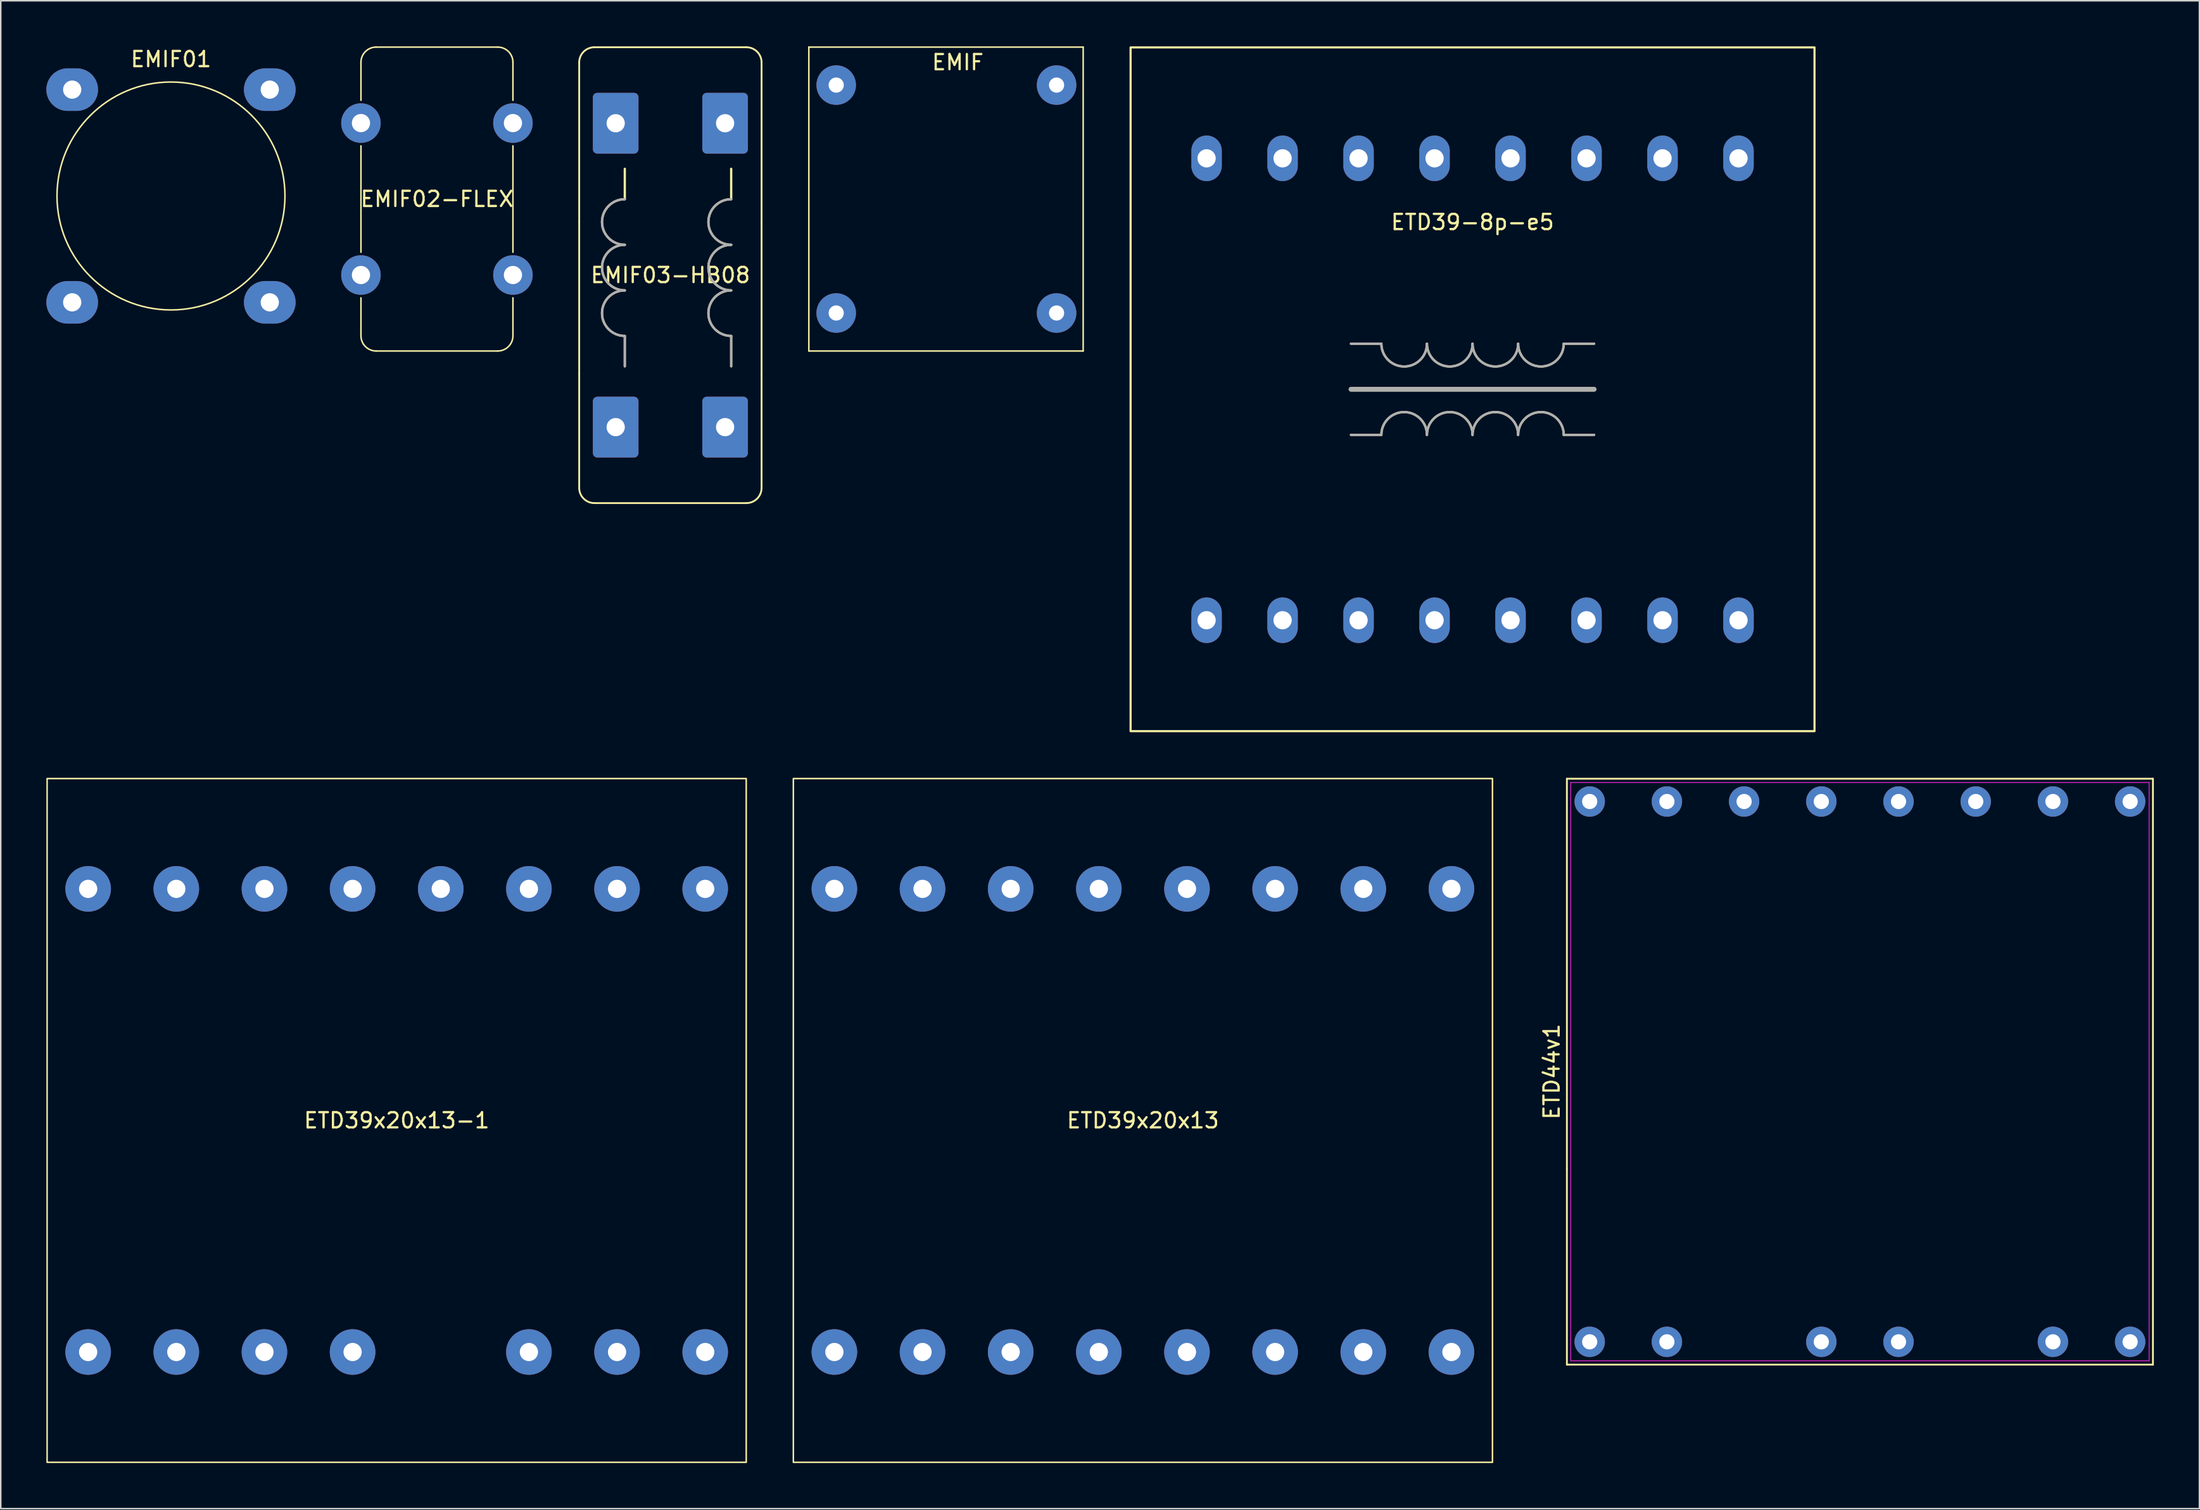
<source format=kicad_pcb>
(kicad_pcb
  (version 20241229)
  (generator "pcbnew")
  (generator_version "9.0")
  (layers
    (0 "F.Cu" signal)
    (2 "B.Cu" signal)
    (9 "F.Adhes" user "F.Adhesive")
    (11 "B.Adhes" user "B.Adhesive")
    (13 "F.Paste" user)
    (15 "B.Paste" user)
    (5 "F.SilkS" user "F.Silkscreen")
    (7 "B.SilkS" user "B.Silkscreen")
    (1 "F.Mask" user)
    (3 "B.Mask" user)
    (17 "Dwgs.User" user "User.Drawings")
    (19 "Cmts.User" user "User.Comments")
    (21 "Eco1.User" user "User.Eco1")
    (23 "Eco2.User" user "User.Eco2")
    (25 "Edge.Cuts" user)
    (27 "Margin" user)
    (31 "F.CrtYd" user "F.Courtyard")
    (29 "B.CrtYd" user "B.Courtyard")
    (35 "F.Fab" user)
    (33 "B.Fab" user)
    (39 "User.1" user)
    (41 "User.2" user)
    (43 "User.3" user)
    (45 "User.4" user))
  (footprint "EMIF01"
    (layer "F.Cu")
    (at 8.2 9.848)
    (property "Reference" "EMIF01" (at 0 -9 180) (layer "F.SilkS") (effects (font (size 1 1) (thickness 0.15))))
    (attr through_hole)
    (fp_circle (center 0 0) (end -7.5 0) (stroke (width 0.1) (type default)) (fill no) (layer "F.SilkS"))
    (pad "1" thru_hole oval (at -6.5 -7) (size 3.4 2.8) (drill 1.2) (layers "*.Cu" "*.Mask"))
    (pad "2" thru_hole oval (at 6.5 -7) (size 3.4 2.8) (drill 1.2) (layers "*.Cu" "*.Mask"))
    (pad "3" thru_hole oval (at -6.5 7) (size 3.4 2.8) (drill 1.2) (layers "*.Cu" "*.Mask"))
    (pad "4" thru_hole oval (at 6.5 7) (size 3.4 2.8) (drill 1.2) (layers "*.Cu" "*.Mask")))
  (footprint "EMIF"
    (layer "F.Cu")
    (at 59.97 10.05)
    (property "Reference" "EMIF" (at 0 -9 180) (layer "F.SilkS") (effects (font (size 1 1) (thickness 0.15))))
    (attr through_hole)
    (fp_line (start -9.8 -10) (end -9.8 10) (stroke (width 0.1) (type default)) (layer "F.SilkS"))
    (fp_line (start 8.25 -10) (end -9.8 -10) (stroke (width 0.1) (type default)) (layer "F.SilkS"))
    (fp_line (start 8.25 -10) (end 8.25 10) (stroke (width 0.1) (type default)) (layer "F.SilkS"))
    (fp_line (start 8.25 10) (end -9.8 10) (stroke (width 0.1) (type default)) (layer "F.SilkS"))
    (pad "1" thru_hole circle (at -8 -7.5) (size 2.6 2.6) (drill 1) (layers "*.Cu" "*.Mask"))
    (pad "2" thru_hole circle (at 6.5 -7.5) (size 2.6 2.6) (drill 1) (layers "*.Cu" "*.Mask"))
    (pad "3" thru_hole circle (at -8 7.5) (size 2.6 2.6) (drill 1) (layers "*.Cu" "*.Mask"))
    (pad "4" thru_hole circle (at 6.5 7.5) (size 2.6 2.6) (drill 1) (layers "*.Cu" "*.Mask")))
  (footprint "ETD39x20x13-1"
    (layer "F.Cu")
    (at 23.05 70.69)
    (property "Reference" "ETD39x20x13-1" (at 0 0 180) (layer "F.SilkS") (effects (font (size 1 1) (thickness 0.15))))
    (attr through_hole)
    (fp_rect (start -23 -22.5) (end 23 22.5) (stroke (width 0.1) (type default)) (fill no) (layer "F.SilkS"))
    (pad "1" thru_hole circle (at -20.3 15.24) (size 3 3) (drill 1.2) (layers "*.Cu" "*.Mask"))
    (pad "2" thru_hole circle (at -14.5 15.24) (size 3 3) (drill 1.2) (layers "*.Cu" "*.Mask"))
    (pad "3" thru_hole circle (at -8.7 15.24) (size 3 3) (drill 1.2) (layers "*.Cu" "*.Mask"))
    (pad "4" thru_hole circle (at -2.9 15.24) (size 3 3) (drill 1.2) (layers "*.Cu" "*.Mask"))
    (pad "6" thru_hole circle (at 8.7 15.24) (size 3 3) (drill 1.2) (layers "*.Cu" "*.Mask"))
    (pad "7" thru_hole circle (at 14.5 15.24) (size 3 3) (drill 1.2) (layers "*.Cu" "*.Mask"))
    (pad "8" thru_hole circle (at 20.3 15.24) (size 3 3) (drill 1.2) (layers "*.Cu" "*.Mask"))
    (pad "9" thru_hole circle (at 20.3 -15.24) (size 3 3) (drill 1.2) (layers "*.Cu" "*.Mask"))
    (pad "10" thru_hole circle (at 14.5 -15.24) (size 3 3) (drill 1.2) (layers "*.Cu" "*.Mask"))
    (pad "11" thru_hole circle (at 8.7 -15.24) (size 3 3) (drill 1.2) (layers "*.Cu" "*.Mask"))
    (pad "12" thru_hole circle (at 2.9 -15.24) (size 3 3) (drill 1.2) (layers "*.Cu" "*.Mask"))
    (pad "13" thru_hole circle (at -2.9 -15.24) (size 3 3) (drill 1.2) (layers "*.Cu" "*.Mask"))
    (pad "14" thru_hole circle (at -8.7 -15.24) (size 3 3) (drill 1.2) (layers "*.Cu" "*.Mask"))
    (pad "15" thru_hole circle (at -14.5 -15.24) (size 3 3) (drill 1.2) (layers "*.Cu" "*.Mask"))
    (pad "16" thru_hole circle (at -20.3 -15.24) (size 3 3) (drill 1.2) (layers "*.Cu" "*.Mask")))
  (footprint "ETD44v1"
    (layer "F.Cu")
    (at 119.328 67.48)
    (property "Reference" "ETD44v1" (at -20.28 0 90) (layer "F.SilkS") (effects (font (size 1 1) (thickness 0.15))))
    (attr through_hole)
    (fp_line (start -19.28 -19.28) (end -19.28 6.427) (stroke (width 0.12) (type default)) (layer "F.SilkS"))
    (fp_line (start -19.28 6.427) (end -19.28 19.28) (stroke (width 0.12) (type default)) (layer "F.SilkS"))
    (fp_line (start -19.28 19.28) (end 19.28 19.28) (stroke (width 0.12) (type default)) (layer "F.SilkS"))
    (fp_line (start 19.28 -19.28) (end -19.28 -19.28) (stroke (width 0.12) (type default)) (layer "F.SilkS"))
    (fp_line (start 19.28 19.28) (end 19.28 -19.28) (stroke (width 0.12) (type default)) (layer "F.SilkS"))
    (fp_line (start -19.03 -19.03) (end 19.03 -19.03) (stroke (width 0.05) (type default)) (layer "F.CrtYd"))
    (fp_line (start -19.03 19.03) (end -19.03 -19.03) (stroke (width 0.05) (type default)) (layer "F.CrtYd"))
    (fp_line (start 19.03 -19.03) (end 19.03 19.03) (stroke (width 0.05) (type default)) (layer "F.CrtYd"))
    (fp_line (start 19.03 19.03) (end -19.03 19.03) (stroke (width 0.05) (type default)) (layer "F.CrtYd"))
    (pad "1" thru_hole circle (at -17.78 17.78) (size 2 2) (drill 1) (layers "*.Cu" "*.Mask"))
    (pad "1" thru_hole circle (at -12.7 17.78) (size 2 2) (drill 1) (layers "*.Cu" "*.Mask"))
    (pad "2" thru_hole circle (at -2.54 17.78) (size 2 2) (drill 1) (layers "*.Cu" "*.Mask"))
    (pad "2" thru_hole circle (at 2.54 17.78) (size 2 2) (drill 1) (layers "*.Cu" "*.Mask"))
    (pad "3" thru_hole circle (at 12.7 17.78) (size 2 2) (drill 1) (layers "*.Cu" "*.Mask"))
    (pad "4" thru_hole circle (at 17.78 17.78) (size 2 2) (drill 1) (layers "*.Cu" "*.Mask"))
    (pad "5" thru_hole circle (at 7.62 -17.78) (size 2 2) (drill 1) (layers "*.Cu" "*.Mask"))
    (pad "5" thru_hole circle (at 12.7 -17.78) (size 2 2) (drill 1) (layers "*.Cu" "*.Mask"))
    (pad "5" thru_hole circle (at 17.78 -17.78) (size 2 2) (drill 1) (layers "*.Cu" "*.Mask"))
    (pad "6" thru_hole circle (at 2.54 -17.78) (size 2 2) (drill 1) (layers "*.Cu" "*.Mask"))
    (pad "7" thru_hole circle (at -2.54 -17.78) (size 2 2) (drill 1) (layers "*.Cu" "*.Mask"))
    (pad "8" thru_hole circle (at -17.78 -17.78) (size 2 2) (drill 1) (layers "*.Cu" "*.Mask"))
    (pad "8" thru_hole circle (at -12.7 -17.78) (size 2 2) (drill 1) (layers "*.Cu" "*.Mask"))
    (pad "8" thru_hole circle (at -7.62 -17.78) (size 2 2) (drill 1) (layers "*.Cu" "*.Mask")))
  (footprint "ETD39-8p-e5"
    (layer "F.Cu")
    (at 93.84 22.57)
    (property "Reference" "ETD39-8p-e5" (at 0 -11 180) (layer "F.SilkS") (effects (font (size 1 1) (thickness 0.15))))
    (attr through_hole)
    (fp_line (start -8 -3) (end -6 -3) (stroke (width 0.15) (type solid)) (layer "F.SilkS"))
    (fp_line (start -8 0) (end 8 0) (stroke (width 0.3) (type solid)) (layer "F.SilkS"))
    (fp_line (start -6 3) (end -8 3) (stroke (width 0.15) (type solid)) (layer "F.SilkS"))
    (fp_line (start 6 -3) (end 8 -3) (stroke (width 0.15) (type solid)) (layer "F.SilkS"))
    (fp_line (start 8 3) (end 6 3) (stroke (width 0.15) (type solid)) (layer "F.SilkS"))
    (fp_rect (start -22.5 -22.5) (end 22.5 22.5) (stroke (width 0.14) (type solid)) (fill no) (layer "F.SilkS"))
    (fp_arc (start -6 3) (mid -4.5 1.5) (end -3 3) (stroke (width 0.15) (type solid)) (layer "F.SilkS"))
    (fp_arc (start -3 -3) (mid -4.5 -1.5) (end -6 -3) (stroke (width 0.15) (type solid)) (layer "F.SilkS"))
    (fp_arc (start -3 3) (mid -1.5 1.5) (end 0 3) (stroke (width 0.15) (type solid)) (layer "F.SilkS"))
    (fp_arc (start 0 -3) (mid -1.5 -1.5) (end -3 -3) (stroke (width 0.15) (type solid)) (layer "F.SilkS"))
    (fp_arc (start 0 3) (mid 1.5 1.5) (end 3 3) (stroke (width 0.15) (type solid)) (layer "F.SilkS"))
    (fp_arc (start 3 -3) (mid 1.5 -1.5) (end 0 -3) (stroke (width 0.15) (type solid)) (layer "F.SilkS"))
    (fp_arc (start 3 3) (mid 4.5 1.5) (end 6 3) (stroke (width 0.15) (type solid)) (layer "F.SilkS"))
    (fp_arc (start 6 -3) (mid 4.5 -1.5) (end 3 -3) (stroke (width 0.15) (type solid)) (layer "F.SilkS"))
    (fp_line (start -8 -3) (end -6 -3) (stroke (width 0.15) (type solid)) (layer "F.Fab"))
    (fp_line (start -8 0) (end 8 0) (stroke (width 0.3) (type solid)) (layer "F.Fab"))
    (fp_line (start -6 3) (end -8 3) (stroke (width 0.15) (type solid)) (layer "F.Fab"))
    (fp_line (start 6 -3) (end 8 -3) (stroke (width 0.15) (type solid)) (layer "F.Fab"))
    (fp_line (start 8 3) (end 6 3) (stroke (width 0.15) (type solid)) (layer "F.Fab"))
    (fp_arc (start -6 3) (mid -4.5 1.5) (end -3 3) (stroke (width 0.15) (type solid)) (layer "F.Fab"))
    (fp_arc (start -3 -3) (mid -4.5 -1.5) (end -6 -3) (stroke (width 0.15) (type solid)) (layer "F.Fab"))
    (fp_arc (start -3 3) (mid -1.5 1.5) (end 0 3) (stroke (width 0.15) (type solid)) (layer "F.Fab"))
    (fp_arc (start 0 -3) (mid -1.5 -1.5) (end -3 -3) (stroke (width 0.15) (type solid)) (layer "F.Fab"))
    (fp_arc (start 0 3) (mid 1.5 1.5) (end 3 3) (stroke (width 0.15) (type solid)) (layer "F.Fab"))
    (fp_arc (start 3 -3) (mid 1.5 -1.5) (end 0 -3) (stroke (width 0.15) (type solid)) (layer "F.Fab"))
    (fp_arc (start 3 3) (mid 4.5 1.5) (end 6 3) (stroke (width 0.15) (type solid)) (layer "F.Fab"))
    (fp_arc (start 6 -3) (mid 4.5 -1.5) (end 3 -3) (stroke (width 0.15) (type solid)) (layer "F.Fab"))
    (pad "1" thru_hole oval (at -17.5 15.2) (size 2 3) (drill 1.2) (layers "*.Cu" "*.Mask"))
    (pad "2" thru_hole oval (at -12.5 15.2) (size 2 3) (drill 1.2) (layers "*.Cu" "*.Mask"))
    (pad "3" thru_hole oval (at -7.5 15.2) (size 2 3) (drill 1.2) (layers "*.Cu" "*.Mask"))
    (pad "4" thru_hole oval (at -2.5 15.2) (size 2 3) (drill 1.2) (layers "*.Cu" "*.Mask"))
    (pad "5" thru_hole oval (at 2.5 15.2) (size 2 3) (drill 1.2) (layers "*.Cu" "*.Mask"))
    (pad "6" thru_hole oval (at 7.5 15.2) (size 2 3) (drill 1.2) (layers "*.Cu" "*.Mask"))
    (pad "7" thru_hole oval (at 12.5 15.2) (size 2 3) (drill 1.2) (layers "*.Cu" "*.Mask"))
    (pad "8" thru_hole oval (at 17.5 15.2) (size 2 3) (drill 1.2) (layers "*.Cu" "*.Mask"))
    (pad "9" thru_hole oval (at 17.5 -15.2) (size 2 3) (drill 1.2) (layers "*.Cu" "*.Mask"))
    (pad "10" thru_hole oval (at 12.5 -15.2) (size 2 3) (drill 1.2) (layers "*.Cu" "*.Mask"))
    (pad "11" thru_hole oval (at 7.5 -15.2) (size 2 3) (drill 1.2) (layers "*.Cu" "*.Mask"))
    (pad "12" thru_hole oval (at 2.5 -15.2) (size 2 3) (drill 1.2) (layers "*.Cu" "*.Mask"))
    (pad "13" thru_hole oval (at -2.5 -15.2) (size 2 3) (drill 1.2) (layers "*.Cu" "*.Mask"))
    (pad "14" thru_hole oval (at -7.5 -15.2) (size 2 3) (drill 1.2) (layers "*.Cu" "*.Mask"))
    (pad "15" thru_hole oval (at -12.5 -15.2) (size 2 3) (drill 1.2) (layers "*.Cu" "*.Mask"))
    (pad "16" thru_hole oval (at -17.5 -15.2) (size 2 3) (drill 1.2) (layers "*.Cu" "*.Mask")))
  (footprint "ETD39x20x13"
    (layer "F.Cu")
    (at 72.15 70.69)
    (property "Reference" "ETD39x20x13" (at 0 0 180) (layer "F.SilkS") (effects (font (size 1 1) (thickness 0.15))))
    (attr through_hole)
    (fp_rect (start -23 -22.5) (end 23 22.5) (stroke (width 0.1) (type default)) (fill no) (layer "F.SilkS"))
    (pad "1" thru_hole circle (at -20.3 15.24) (size 3 3) (drill 1.2) (layers "*.Cu" "*.Mask"))
    (pad "2" thru_hole circle (at -14.5 15.24) (size 3 3) (drill 1.2) (layers "*.Cu" "*.Mask"))
    (pad "3" thru_hole circle (at -8.7 15.24) (size 3 3) (drill 1.2) (layers "*.Cu" "*.Mask"))
    (pad "4" thru_hole circle (at -2.9 15.24) (size 3 3) (drill 1.2) (layers "*.Cu" "*.Mask"))
    (pad "5" thru_hole circle (at 2.9 15.24) (size 3 3) (drill 1.2) (layers "*.Cu" "*.Mask"))
    (pad "6" thru_hole circle (at 8.7 15.24) (size 3 3) (drill 1.2) (layers "*.Cu" "*.Mask"))
    (pad "7" thru_hole circle (at 14.5 15.24) (size 3 3) (drill 1.2) (layers "*.Cu" "*.Mask"))
    (pad "8" thru_hole circle (at 20.3 15.24) (size 3 3) (drill 1.2) (layers "*.Cu" "*.Mask"))
    (pad "9" thru_hole circle (at 20.3 -15.24) (size 3 3) (drill 1.2) (layers "*.Cu" "*.Mask"))
    (pad "10" thru_hole circle (at 14.5 -15.24) (size 3 3) (drill 1.2) (layers "*.Cu" "*.Mask"))
    (pad "11" thru_hole circle (at 8.7 -15.24) (size 3 3) (drill 1.2) (layers "*.Cu" "*.Mask"))
    (pad "12" thru_hole circle (at 2.9 -15.24) (size 3 3) (drill 1.2) (layers "*.Cu" "*.Mask"))
    (pad "13" thru_hole circle (at -2.9 -15.24) (size 3 3) (drill 1.2) (layers "*.Cu" "*.Mask"))
    (pad "14" thru_hole circle (at -8.7 -15.24) (size 3 3) (drill 1.2) (layers "*.Cu" "*.Mask"))
    (pad "15" thru_hole circle (at -14.5 -15.24) (size 3 3) (drill 1.2) (layers "*.Cu" "*.Mask"))
    (pad "16" thru_hole circle (at -20.3 -15.24) (size 3 3) (drill 1.2) (layers "*.Cu" "*.Mask")))
  (footprint "EMIF03-HB08"
    (layer "F.Cu")
    (at 41.06 15.06)
    (property "Reference" "EMIF03-HB08" (at 0 0 180) (layer "F.SilkS") (effects (font (size 1 1) (thickness 0.15))))
    (attr through_hole)
    (fp_line (start -6 -3.5) (end -6 -14) (stroke (width 0.12) (type solid)) (layer "F.SilkS"))
    (fp_line (start -6 -3.5) (end -6 6.5) (stroke (width 0.12) (type solid)) (layer "F.SilkS"))
    (fp_line (start -6 14) (end -6 6.5) (stroke (width 0.12) (type solid)) (layer "F.SilkS"))
    (fp_line (start -5 -15) (end 5 -15) (stroke (width 0.12) (type solid)) (layer "F.SilkS"))
    (fp_line (start -5 15) (end 5 15) (stroke (width 0.12) (type solid)) (layer "F.SilkS"))
    (fp_line (start -3 -7) (end -3 -5) (stroke (width 0.15) (type solid)) (layer "F.SilkS"))
    (fp_line (start -3 4) (end -3 6) (stroke (width 0.15) (type solid)) (layer "F.SilkS"))
    (fp_line (start 4 -7) (end 4 -5) (stroke (width 0.15) (type solid)) (layer "F.SilkS"))
    (fp_line (start 4 4) (end 4 6) (stroke (width 0.15) (type solid)) (layer "F.SilkS"))
    (fp_line (start 6 -3.5) (end 6 -14) (stroke (width 0.12) (type solid)) (layer "F.SilkS"))
    (fp_line (start 6 -3.5) (end 6 6.5) (stroke (width 0.12) (type solid)) (layer "F.SilkS"))
    (fp_line (start 6 14) (end 6 6.5) (stroke (width 0.12) (type solid)) (layer "F.SilkS"))
    (fp_arc (start -6 -14) (mid -5.707107 -14.707107) (end -5 -15) (stroke (width 0.12) (type solid)) (layer "F.SilkS"))
    (fp_arc (start -5 15) (mid -5.707107 14.707107) (end -6 14) (stroke (width 0.12) (type solid)) (layer "F.SilkS"))
    (fp_arc (start -3 -2) (mid -4.5 -3.5) (end -3 -5) (stroke (width 0.15) (type solid)) (layer "F.SilkS"))
    (fp_arc (start -3 1) (mid -4.5 -0.5) (end -3 -2) (stroke (width 0.15) (type solid)) (layer "F.SilkS"))
    (fp_arc (start -3 4) (mid -4.5 2.5) (end -3 1) (stroke (width 0.15) (type solid)) (layer "F.SilkS"))
    (fp_arc (start 4 -2) (mid 2.5 -3.5) (end 4 -5) (stroke (width 0.15) (type solid)) (layer "F.SilkS"))
    (fp_arc (start 4 1) (mid 2.5 -0.5) (end 4 -2) (stroke (width 0.15) (type solid)) (layer "F.SilkS"))
    (fp_arc (start 4 4) (mid 2.5 2.5) (end 4 1) (stroke (width 0.15) (type solid)) (layer "F.SilkS"))
    (fp_arc (start 5 -15) (mid 5.707107 -14.707107) (end 6 -14) (stroke (width 0.12) (type solid)) (layer "F.SilkS"))
    (fp_arc (start 6 14) (mid 5.707107 14.707107) (end 5 15) (stroke (width 0.12) (type solid)) (layer "F.SilkS"))
    (fp_line (start -3 4) (end -3 6) (stroke (width 0.15) (type solid)) (layer "F.Fab"))
    (fp_line (start 4 4) (end 4 6) (stroke (width 0.15) (type solid)) (layer "F.Fab"))
    (fp_arc (start -3 -2) (mid -4.5 -3.5) (end -3 -5) (stroke (width 0.15) (type solid)) (layer "F.Fab"))
    (fp_arc (start -3 1) (mid -4.5 -0.5) (end -3 -2) (stroke (width 0.15) (type solid)) (layer "F.Fab"))
    (fp_arc (start -3 4) (mid -4.5 2.5) (end -3 1) (stroke (width 0.15) (type solid)) (layer "F.Fab"))
    (fp_arc (start 4 -2) (mid 2.5 -3.5) (end 4 -5) (stroke (width 0.15) (type solid)) (layer "F.Fab"))
    (fp_arc (start 4 1) (mid 2.5 -0.5) (end 4 -2) (stroke (width 0.15) (type solid)) (layer "F.Fab"))
    (fp_arc (start 4 4) (mid 2.5 2.5) (end 4 1) (stroke (width 0.15) (type solid)) (layer "F.Fab"))
    (pad "1" thru_hole roundrect (at -3.6 -10) (size 3 4) (drill 1.2) (layers "*.Cu" "*.Mask") (roundrect_rratio 0.096))
    (pad "2" thru_hole roundrect (at -3.6 10) (size 3 4) (drill 1.2) (layers "*.Cu" "*.Mask") (roundrect_rratio 0.096))
    (pad "3" thru_hole roundrect (at 3.6 10) (size 3 4) (drill 1.2) (layers "*.Cu" "*.Mask") (roundrect_rratio 0.096))
    (pad "4" thru_hole roundrect (at 3.6 -10) (size 3 4) (drill 1.2) (layers "*.Cu" "*.Mask") (roundrect_rratio 0.096)))
  (footprint "EMIF02-FLEX"
    (layer "F.Cu")
    (at 25.7 10.05)
    (property "Reference" "EMIF02-FLEX" (at 0 0 180) (layer "F.SilkS") (effects (font (size 1 1) (thickness 0.15))))
    (attr through_hole)
    (fp_line (start -5 -6.5) (end -5 -9) (stroke (width 0.1) (type default)) (layer "F.SilkS"))
    (fp_line (start -5 -3.5) (end -5 3.5) (stroke (width 0.1) (type default)) (layer "F.SilkS"))
    (fp_line (start -5 9) (end -5 6.5) (stroke (width 0.1) (type default)) (layer "F.SilkS"))
    (fp_line (start -4 -10) (end 4 -10) (stroke (width 0.1) (type default)) (layer "F.SilkS"))
    (fp_line (start -4 10) (end 4 10) (stroke (width 0.1) (type default)) (layer "F.SilkS"))
    (fp_line (start 5 -6.5) (end 5 -9) (stroke (width 0.1) (type default)) (layer "F.SilkS"))
    (fp_line (start 5 -3.5) (end 5 3.5) (stroke (width 0.1) (type default)) (layer "F.SilkS"))
    (fp_line (start 5 9) (end 5 6.5) (stroke (width 0.1) (type default)) (layer "F.SilkS"))
    (fp_arc (start -5 -9) (mid -4.707107 -9.707107) (end -4 -10) (stroke (width 0.1) (type default)) (layer "F.SilkS"))
    (fp_arc (start -4 10) (mid -4.707107 9.707107) (end -5 9) (stroke (width 0.1) (type default)) (layer "F.SilkS"))
    (fp_arc (start 4 -10) (mid 4.707107 -9.707107) (end 5 -9) (stroke (width 0.1) (type default)) (layer "F.SilkS"))
    (fp_arc (start 5 9) (mid 4.707107 9.707107) (end 4 10) (stroke (width 0.1) (type default)) (layer "F.SilkS"))
    (pad "1" thru_hole circle (at -5 -5) (size 2.6 2.6) (drill 1.2) (layers "*.Cu" "*.Mask"))
    (pad "2" thru_hole circle (at 5 -5) (size 2.6 2.6) (drill 1.2) (layers "*.Cu" "*.Mask"))
    (pad "3" thru_hole circle (at -5 5) (size 2.6 2.6) (drill 1.2) (layers "*.Cu" "*.Mask"))
    (pad "4" thru_hole circle (at 5 5) (size 2.6 2.6) (drill 1.2) (layers "*.Cu" "*.Mask")))
  (gr_rect
    (start -3 -3)
    (end 141.668 96.24)
    (stroke (width 0.1) (type default))
    (fill no)
    (layer "Edge.Cuts")))
</source>
